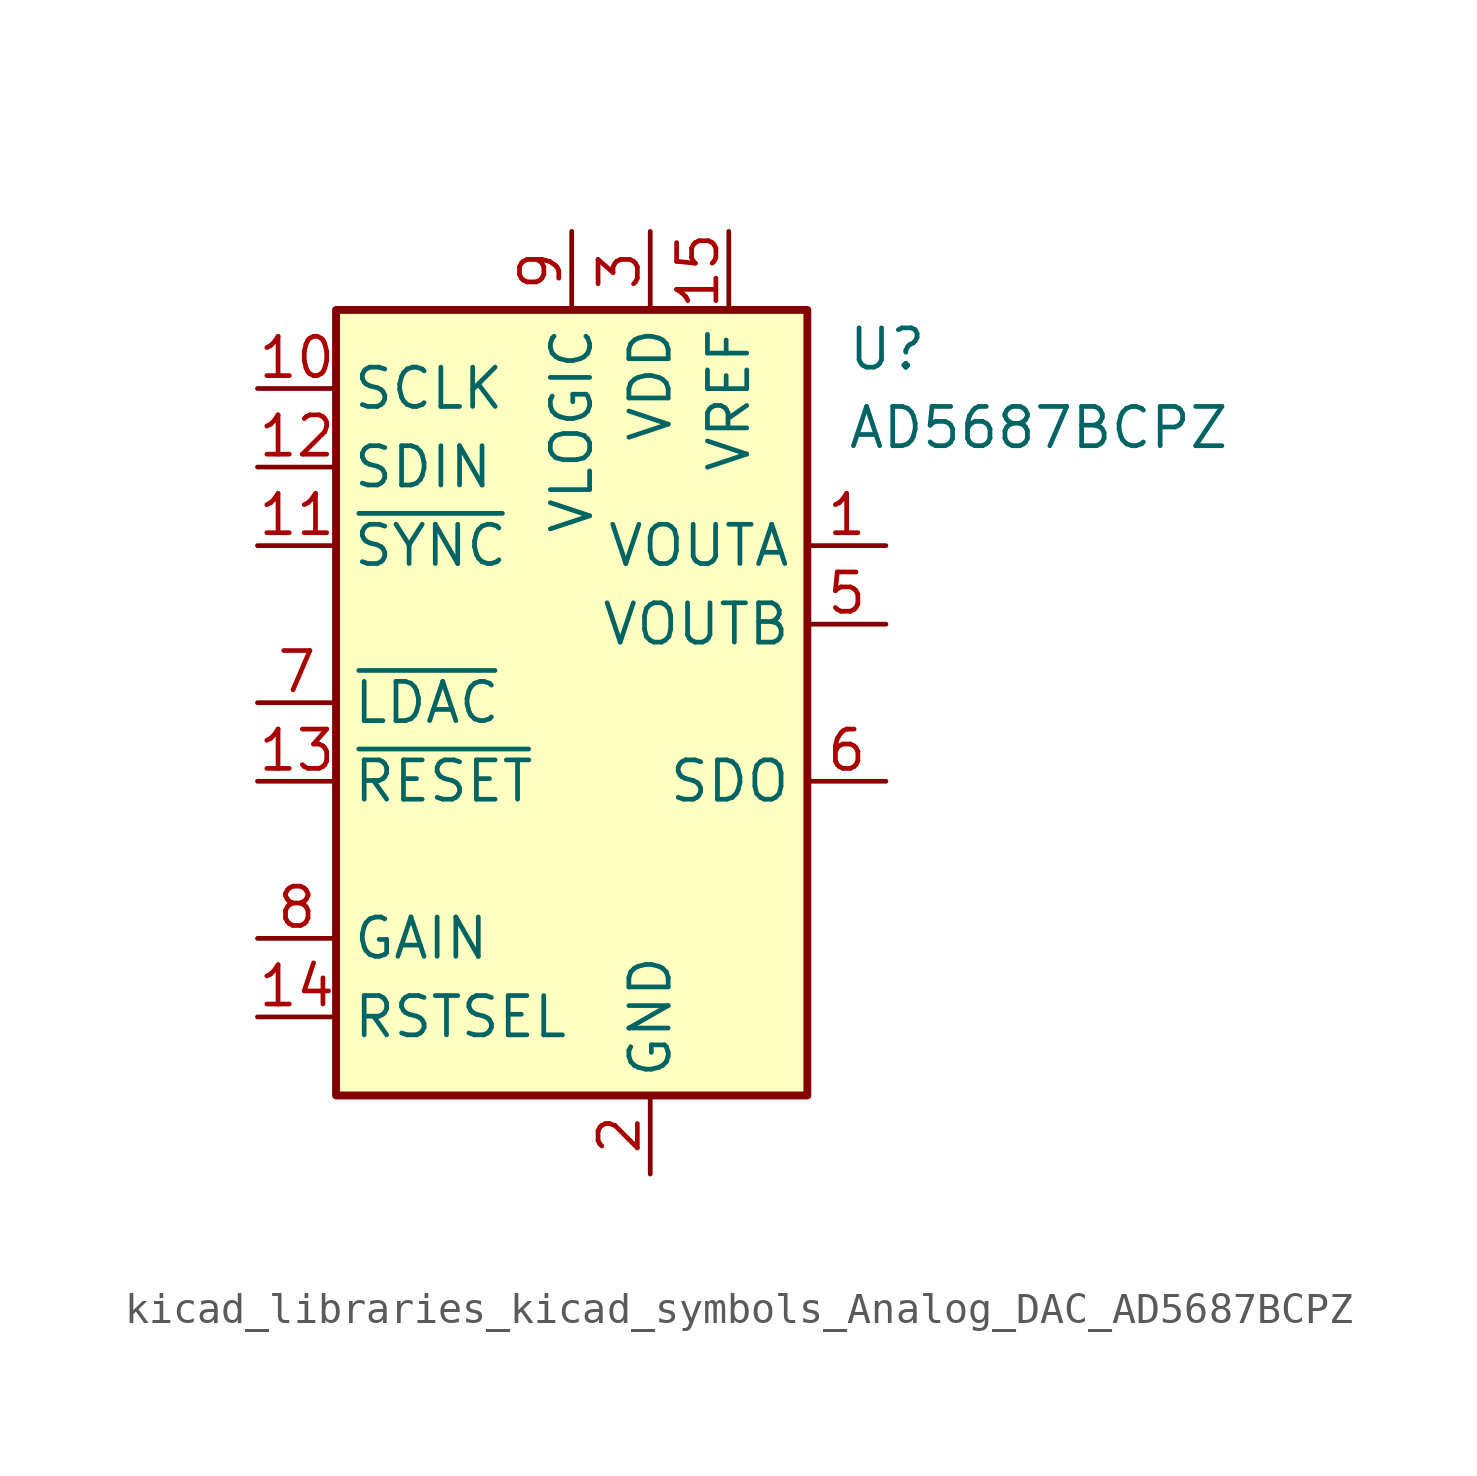
<source format=kicad_sym>
(kicad_symbol_lib
  (version 20220914)
  (generator kicad_symbol_editor)
  (symbol "kicad_libraries_kicad_symbols_Analog_DAC_AD5687BCPZ"
    (property "Reference" "U"
      (at 8.89 11.43 0)
      (effects (font (size 1.27 1.27)) (justify left)))
    (property "Value" "AD5687BCPZ"
      (at 8.89 8.89 0)
      (effects (font (size 1.27 1.27)) (justify left)))
    (symbol "kicad_libraries_kicad_symbols_Analog_DAC_AD5687BCPZ_0_1"
      (rectangle (start -7.62 12.7) (end 7.62 -12.7) (stroke (width 0.254) (type default)) (fill (type background))))
    (symbol "kicad_libraries_kicad_symbols_Analog_DAC_AD5687BCPZ_1_1"
      (pin output line (at 10.16 5.08 180) (length 2.54) (name "VOUTA" (effects (font (size 1.27 1.27)))) (number "1" (effects (font (size 1.27 1.27)))))
      (pin input line (at -10.16 10.16 0) (length 2.54) (name "SCLK" (effects (font (size 1.27 1.27)))) (number "10" (effects (font (size 1.27 1.27)))))
      (pin input line (at -10.16 5.08 0) (length 2.54) (name "~{SYNC}" (effects (font (size 1.27 1.27)))) (number "11" (effects (font (size 1.27 1.27)))))
      (pin input line (at -10.16 7.62 0) (length 2.54) (name "SDIN" (effects (font (size 1.27 1.27)))) (number "12" (effects (font (size 1.27 1.27)))))
      (pin input line (at -10.16 -2.54 0) (length 2.54) (name "~{RESET}" (effects (font (size 1.27 1.27)))) (number "13" (effects (font (size 1.27 1.27)))))
      (pin input line (at -10.16 -10.16 0) (length 2.54) (name "RSTSEL" (effects (font (size 1.27 1.27)))) (number "14" (effects (font (size 1.27 1.27)))))
      (pin power_in line (at 5.08 15.24 270) (length 2.54) (name "VREF" (effects (font (size 1.27 1.27)))) (number "15" (effects (font (size 1.27 1.27)))))
      (pin no_connect line (at 7.62 -5.08 180) (length 2.54) hide (name "NC" (effects (font (size 1.27 1.27)))) (number "16" (effects (font (size 1.27 1.27)))))
      (pin passive line (at 2.54 -15.24 90) (length 2.54) hide (name "GND" (effects (font (size 1.27 1.27)))) (number "17" (effects (font (size 1.27 1.27)))))
      (pin power_in line (at 2.54 -15.24 90) (length 2.54) (name "GND" (effects (font (size 1.27 1.27)))) (number "2" (effects (font (size 1.27 1.27)))))
      (pin power_in line (at 2.54 15.24 270) (length 2.54) (name "VDD" (effects (font (size 1.27 1.27)))) (number "3" (effects (font (size 1.27 1.27)))))
      (pin no_connect line (at 7.62 -7.62 180) (length 2.54) hide (name "NC" (effects (font (size 1.27 1.27)))) (number "4" (effects (font (size 1.27 1.27)))))
      (pin output line (at 10.16 2.54 180) (length 2.54) (name "VOUTB" (effects (font (size 1.27 1.27)))) (number "5" (effects (font (size 1.27 1.27)))))
      (pin output line (at 10.16 -2.54 180) (length 2.54) (name "SDO" (effects (font (size 1.27 1.27)))) (number "6" (effects (font (size 1.27 1.27)))))
      (pin input line (at -10.16 0 0) (length 2.54) (name "~{LDAC}" (effects (font (size 1.27 1.27)))) (number "7" (effects (font (size 1.27 1.27)))))
      (pin input line (at -10.16 -7.62 0) (length 2.54) (name "GAIN" (effects (font (size 1.27 1.27)))) (number "8" (effects (font (size 1.27 1.27)))))
      (pin power_in line (at 0 15.24 270) (length 2.54) (name "VLOGIC" (effects (font (size 1.27 1.27)))) (number "9" (effects (font (size 1.27 1.27))))))))
</source>
